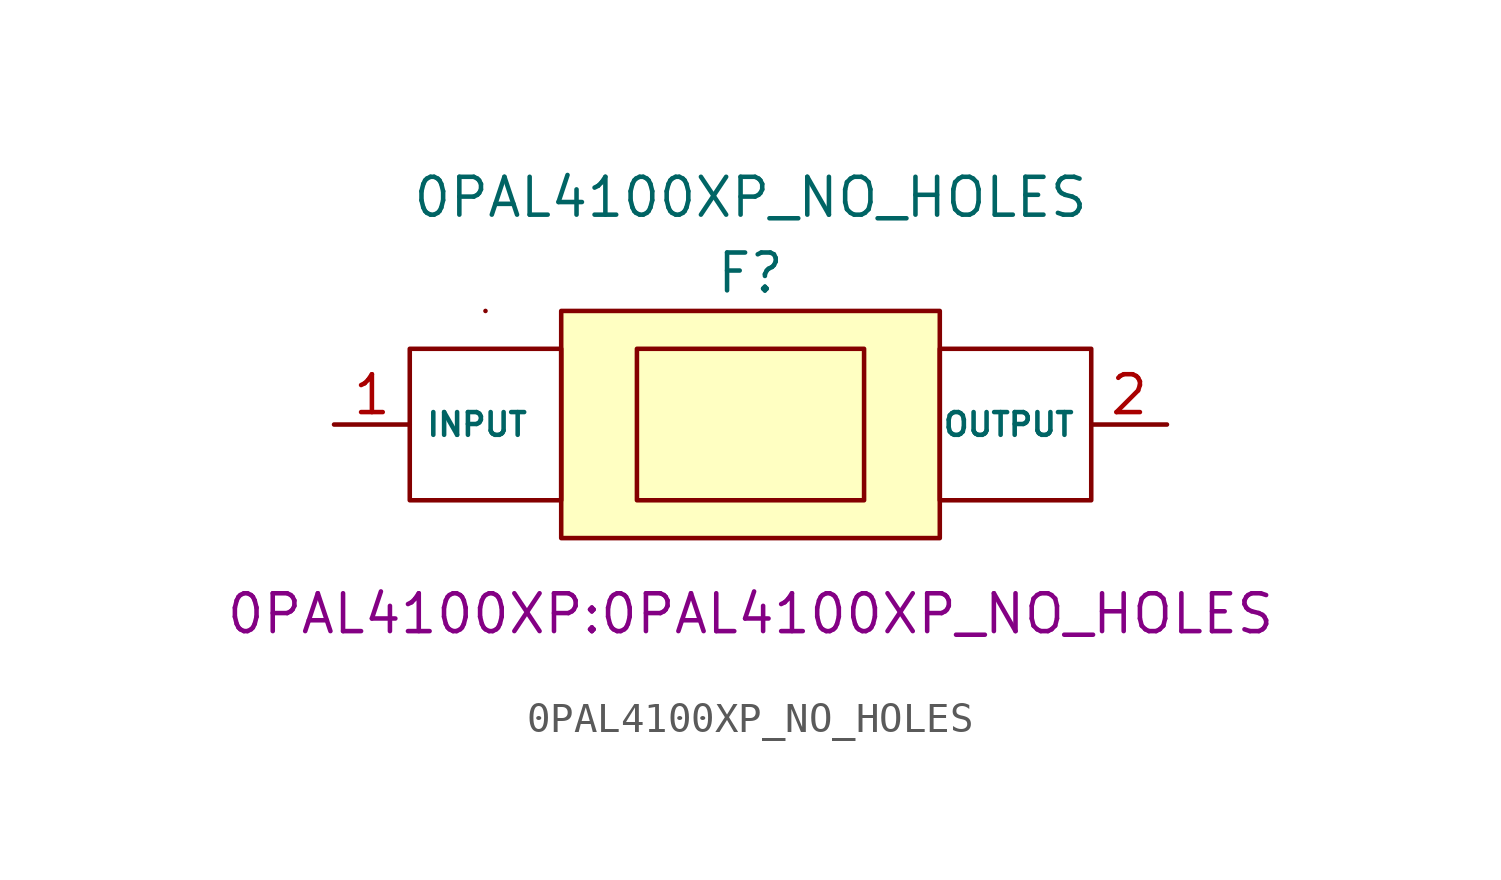
<source format=kicad_sym>
(kicad_symbol_lib
  (version 20220914)
  (generator kicad_symbol_editor)
  (symbol "0PAL4100XP_NO_HOLES"
    (property "Reference" "F"
      (at 0 5.08 0)
      (effects (font (size 1.27 1.27))))
    (property "Value" "0PAL4100XP_NO_HOLES"
      (at 0 7.62 0)
      (effects (font (size 1.27 1.27))))
    (property "Footprint" "0PAL4100XP:0PAL4100XP_NO_HOLES"
      (at 0 -6.35 0)
      (effects (font (size 1.27 1.27))))
    (symbol "0PAL4100XP_NO_HOLES_0_1"
      (rectangle (start -11.43 2.54) (end -6.35 -2.54) (stroke (width 0) (type default)) (fill (type none)))
      (rectangle (start -8.89 3.81) (end -8.89 3.81) (stroke (width 0) (type default)) (fill (type none)))
      (rectangle (start -3.81 2.54) (end 3.81 -2.54) (stroke (width 0) (type default)) (fill (type none)))
      (rectangle (start 6.35 2.54) (end 11.43 -2.54) (stroke (width 0) (type default)) (fill (type none))))
    (symbol "0PAL4100XP_NO_HOLES_1_1"
      (rectangle (start -6.35 3.81) (end 6.35 -3.81) (stroke (width 0) (type default)) (fill (type background)))
      (pin bidirectional line (at -13.97 0 0) (length 2.54) (name "INPUT" (effects (font (size 0.762 0.762)))) (number "1" (effects (font (size 1.27 1.27)))))
      (pin bidirectional line (at 13.97 0 180) (length 2.54) (name "OUTPUT" (effects (font (size 0.762 0.762)))) (number "2" (effects (font (size 1.27 1.27))))))))
</source>
